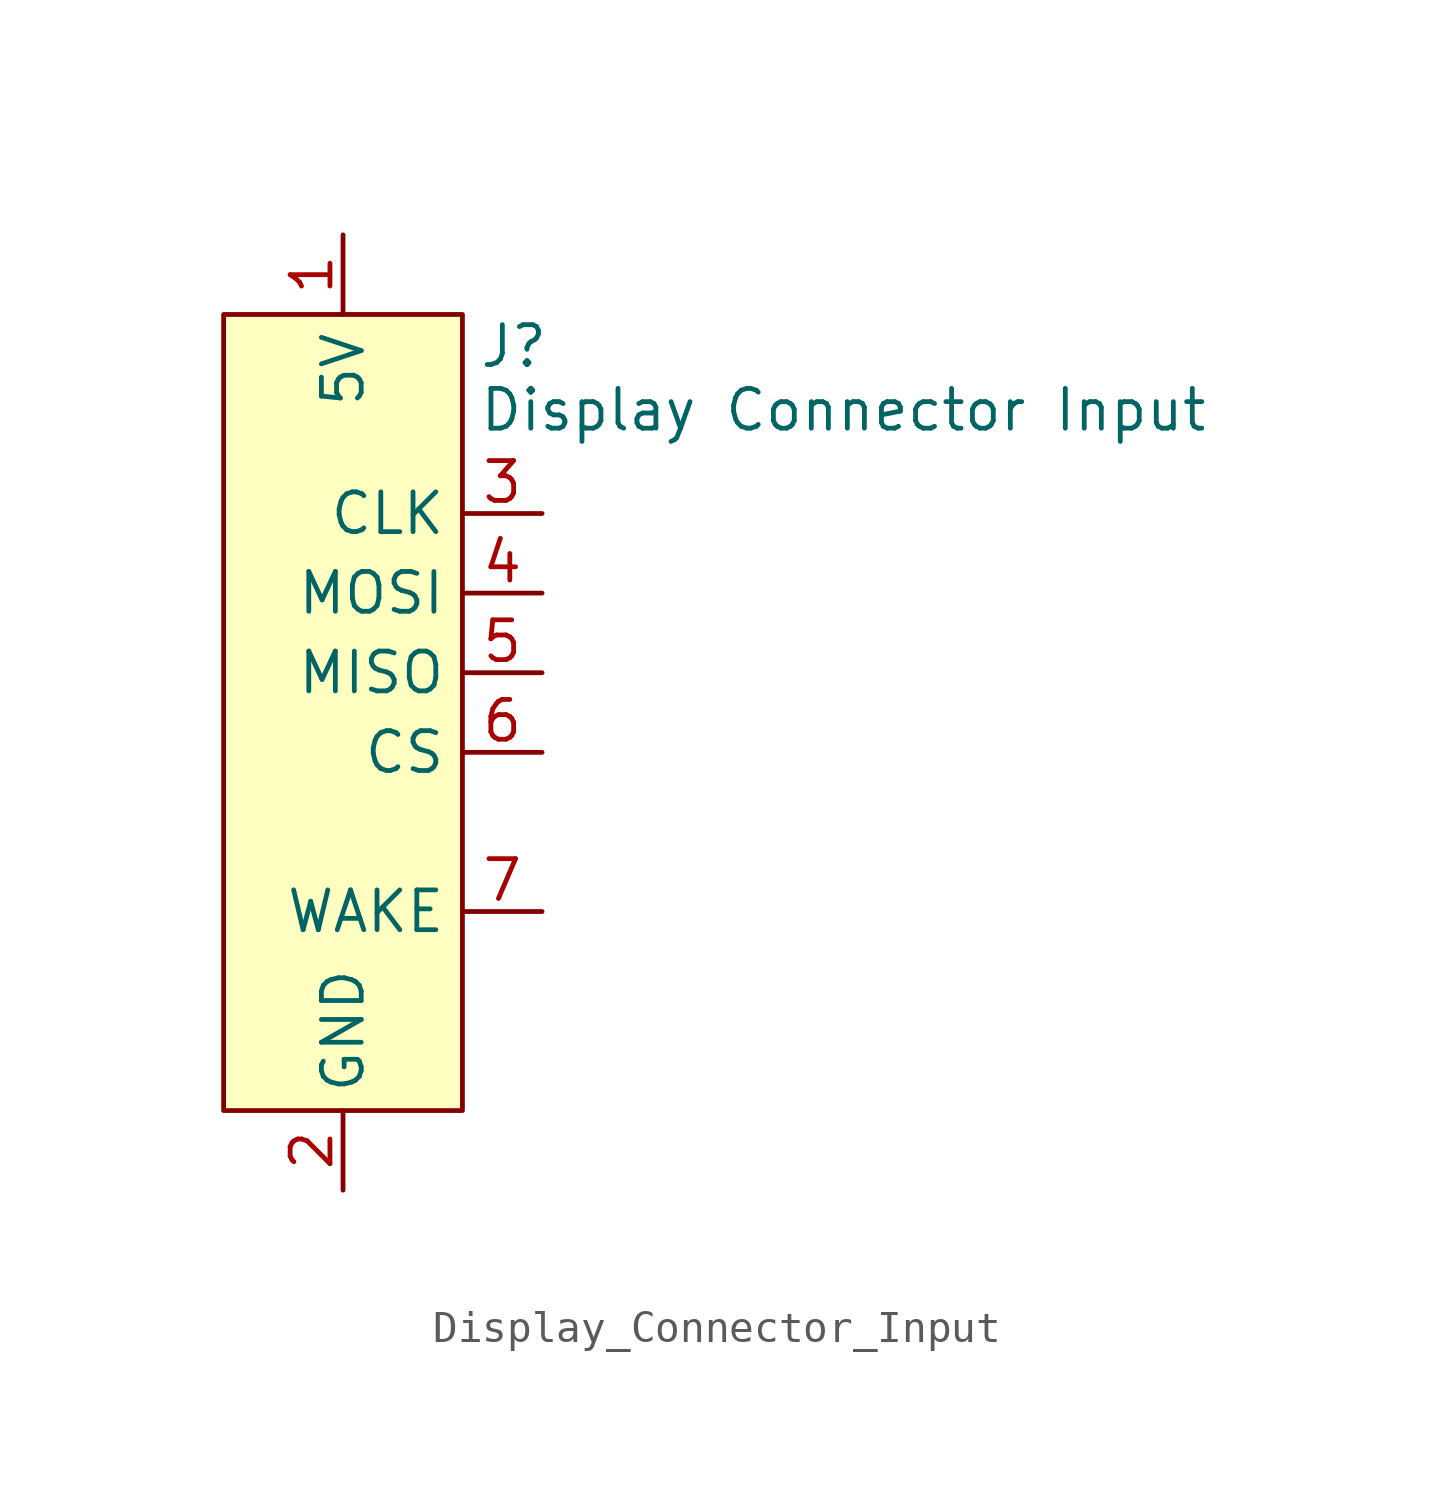
<source format=kicad_sym>
(kicad_symbol_lib
  (version 20241209)
  (generator "kicad_symbol_editor")
  (generator_version "9.0")
  (symbol "Display_Connector_Input"
    (property "Reference" "J"
      (at 4.318 11.684 0)
      (effects (font (size 1.27 1.27)) (justify left)))
    (property "Value" "Display Connector Input"
      (at 4.318 9.652 0)
      (effects (font (size 1.27 1.27)) (justify left)))
    (symbol "Display_Connector_Input_0_0"
      (pin power_out line (at 0 15.24 270) (length 2.54) (name "5V" (effects (font (size 1.27 1.27)))) (number "1" (effects (font (size 1.27 1.27)))))
      (pin power_out line (at 0 -15.24 90) (length 2.54) (name "GND" (effects (font (size 1.27 1.27)))) (number "2" (effects (font (size 1.27 1.27)))))
      (pin output line (at 6.35 6.35 180) (length 2.54) (name "CLK" (effects (font (size 1.27 1.27)))) (number "3" (effects (font (size 1.27 1.27)))))
      (pin output line (at 6.35 3.81 180) (length 2.54) (name "MOSI" (effects (font (size 1.27 1.27)))) (number "4" (effects (font (size 1.27 1.27)))))
      (pin input line (at 6.35 1.27 180) (length 2.54) (name "MISO" (effects (font (size 1.27 1.27)))) (number "5" (effects (font (size 1.27 1.27)))))
      (pin output line (at 6.35 -1.27 180) (length 2.54) (name "CS" (effects (font (size 1.27 1.27)))) (number "6" (effects (font (size 1.27 1.27)))))
      (pin output line (at 6.35 -6.35 180) (length 2.54) (name "WAKE" (effects (font (size 1.27 1.27)))) (number "7" (effects (font (size 1.27 1.27))))))
    (symbol "Display_Connector_Input_1_1"
      (rectangle (start -3.81 12.7) (end 3.81 -12.7) (stroke (width 0) (type solid)) (fill (type background))))))
</source>
